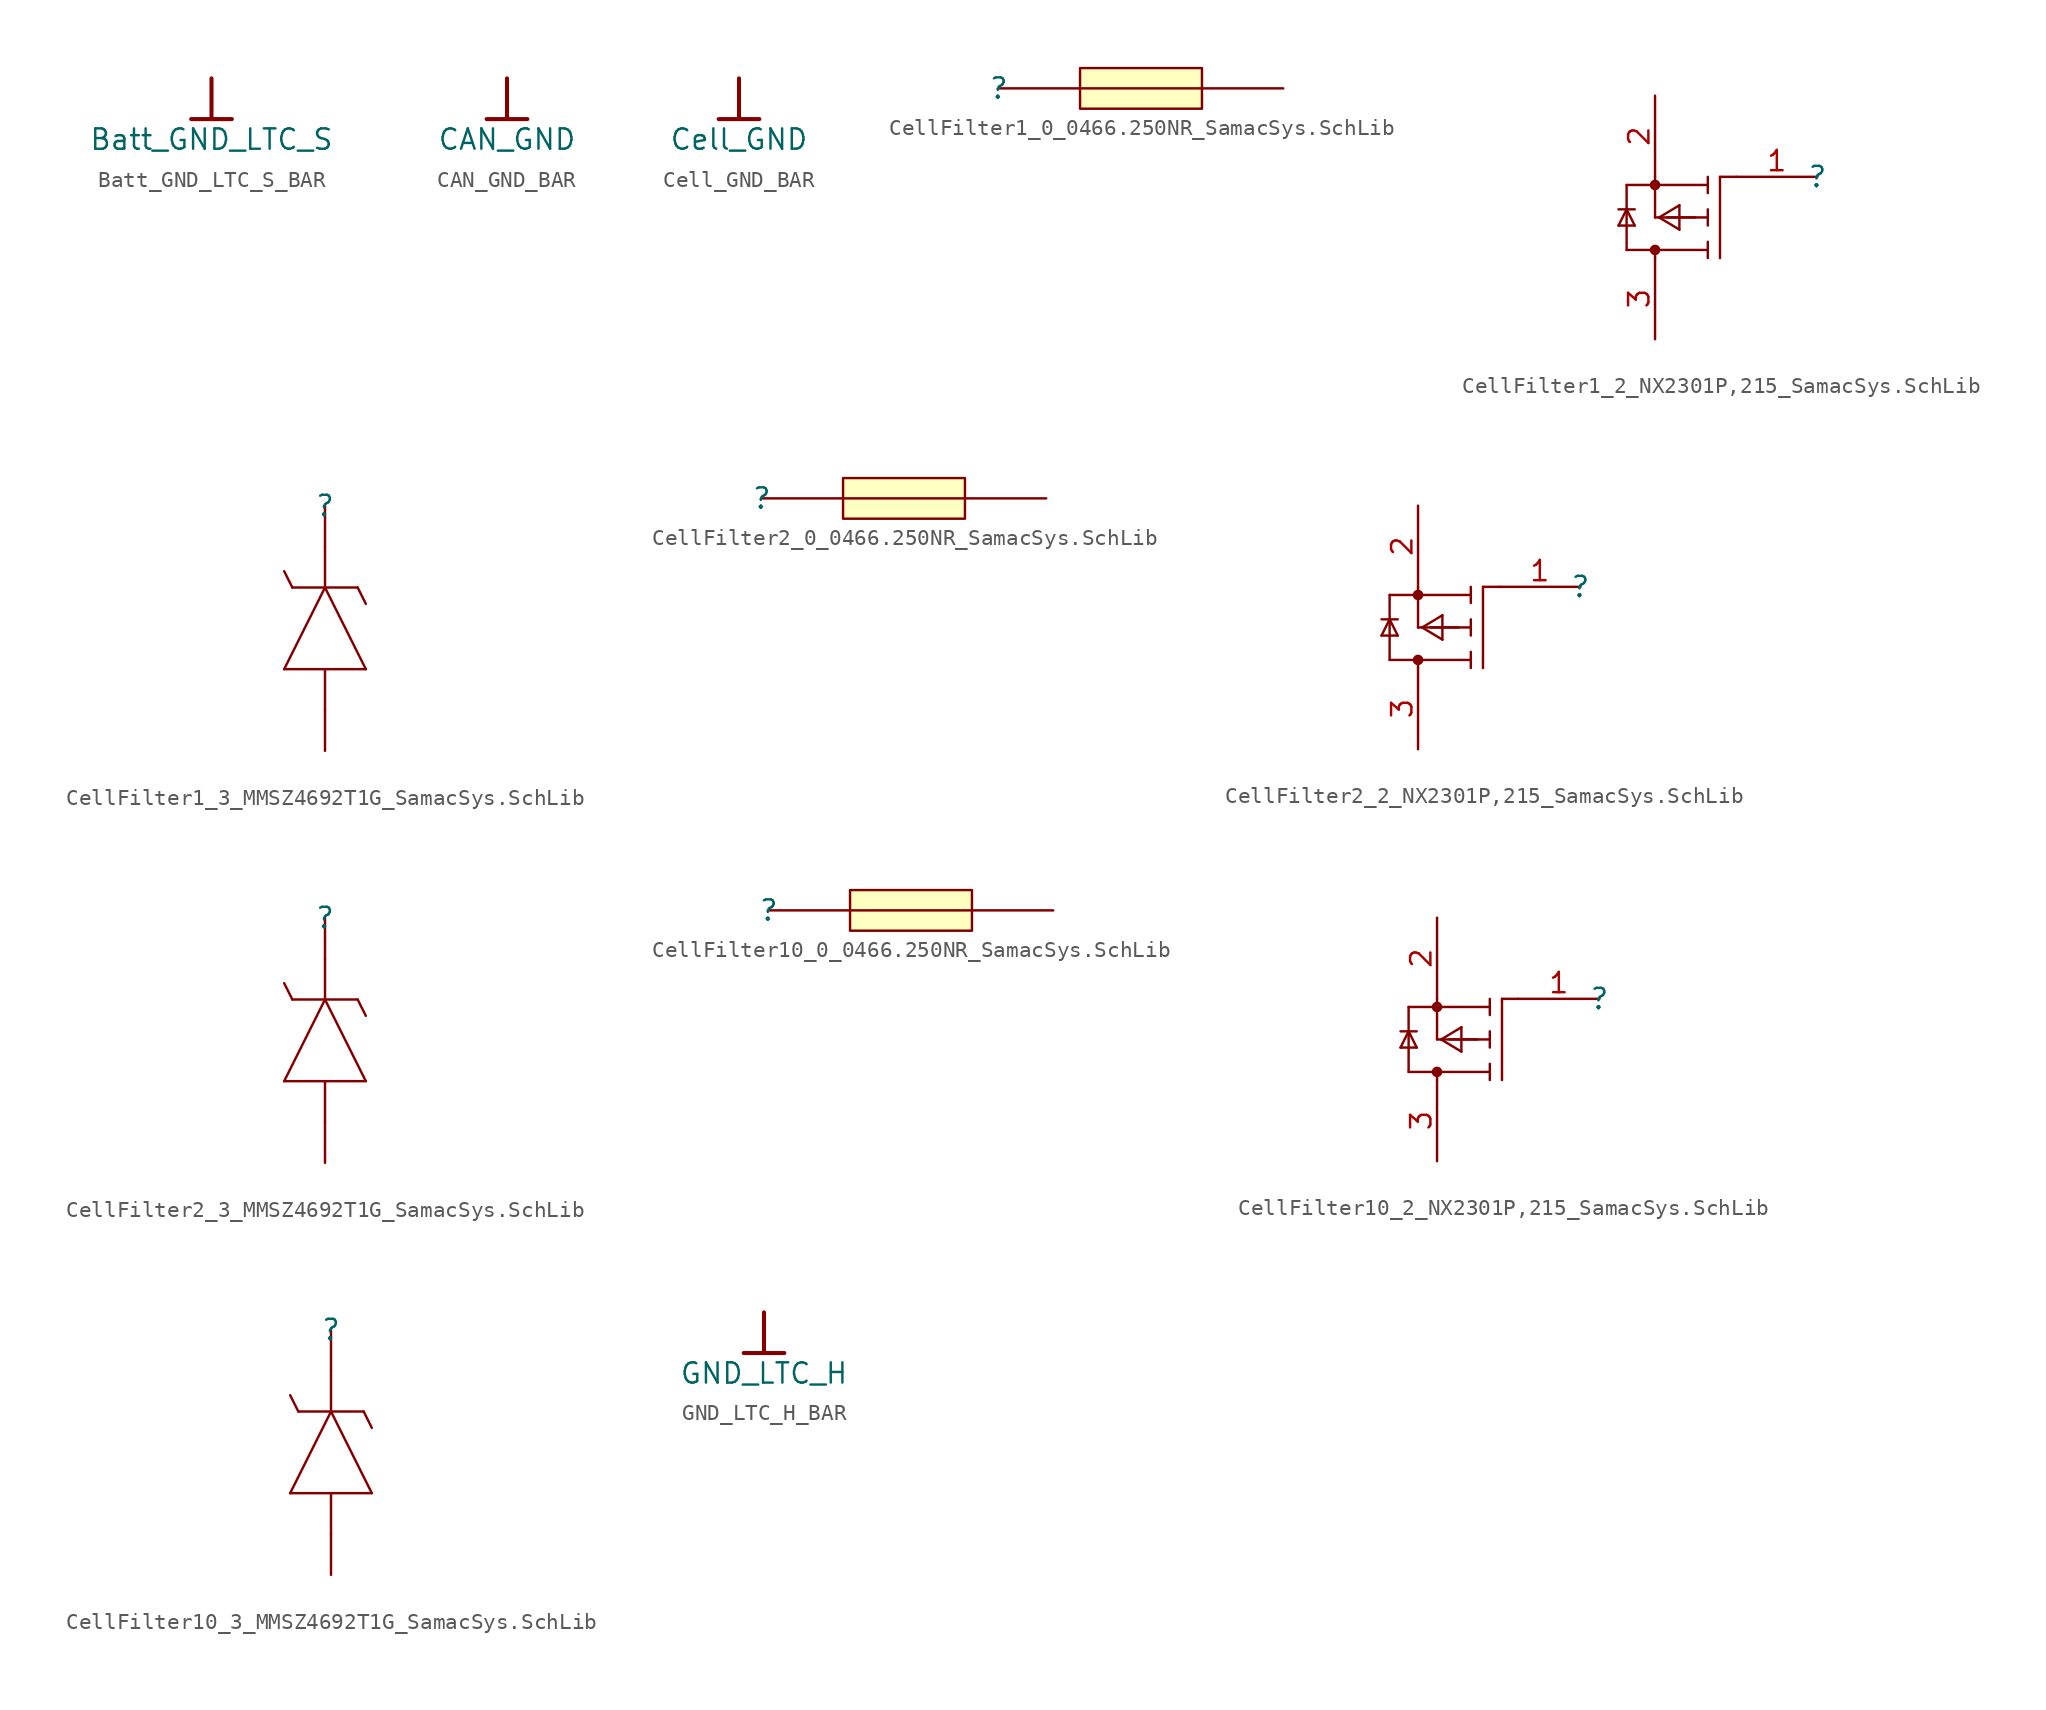
<source format=kicad_sym>
(kicad_symbol_lib
  (version 20241209)
  (generator "kicad_symbol_editor")
  (generator_version "9.0")
  (symbol "Batt_GND_LTC_S_BAR"
    (power)
    (property "Reference" "#PWR"
      (at 0 0 0)
      (effects (font (size 1.27 1.27)) (hide yes)))
    (property "Value" "Batt_GND_LTC_S"
      (at 0 -3.81 0)
      (effects (font (size 1.27 1.27))))
    (symbol "Batt_GND_LTC_S_BAR_0_0"
      (polyline (pts (xy -1.27 -2.54) (xy 1.27 -2.54)) (stroke (width 0.254) (type solid)) (fill (type none)))
      (polyline (pts (xy 0 0) (xy 0 -2.54)) (stroke (width 0.254) (type solid)) (fill (type none)))
      (pin power_in line (at 0 0 0) (length 0) (hide yes) (name "Batt_GND_LTC_S" (effects (font (size 1.27 1.27)))) (number "" (effects (font (size 1.27 1.27)))))))
  (symbol "CAN_GND_BAR"
    (power)
    (property "Reference" "#PWR"
      (at 0 0 0)
      (effects (font (size 1.27 1.27)) (hide yes)))
    (property "Value" "CAN_GND"
      (at 0 -3.81 0)
      (effects (font (size 1.27 1.27))))
    (symbol "CAN_GND_BAR_0_0"
      (polyline (pts (xy -1.27 -2.54) (xy 1.27 -2.54)) (stroke (width 0.254) (type solid)) (fill (type none)))
      (polyline (pts (xy 0 0) (xy 0 -2.54)) (stroke (width 0.254) (type solid)) (fill (type none)))
      (pin power_in line (at 0 0 0) (length 0) (hide yes) (name "CAN_GND" (effects (font (size 1.27 1.27)))) (number "" (effects (font (size 1.27 1.27)))))))
  (symbol "Cell_GND_BAR"
    (power)
    (property "Reference" "#PWR"
      (at 0 0 0)
      (effects (font (size 1.27 1.27)) (hide yes)))
    (property "Value" "Cell_GND"
      (at 0 -3.81 0)
      (effects (font (size 1.27 1.27))))
    (symbol "Cell_GND_BAR_0_0"
      (polyline (pts (xy -1.27 -2.54) (xy 1.27 -2.54)) (stroke (width 0.254) (type solid)) (fill (type none)))
      (polyline (pts (xy 0 0) (xy 0 -2.54)) (stroke (width 0.254) (type solid)) (fill (type none)))
      (pin power_in line (at 0 0 0) (length 0) (hide yes) (name "Cell_GND" (effects (font (size 1.27 1.27)))) (number "" (effects (font (size 1.27 1.27)))))))
  (symbol "CellFilter1_0_0466.250NR_SamacSys.SchLib"
    (pin_numbers
      (hide yes))
    (pin_names
      (hide yes))
    (property "Reference" ""
      (at 0 0 0)
      (effects (font (size 1.27 1.27))))
    (property "Value" ""
      (at 0 0 0)
      (effects (font (size 1.27 1.27))))
    (symbol "CellFilter1_0_0466.250NR_SamacSys.SchLib_1_0"
      (polyline (pts (xy 5.08 0) (xy 12.7 0)) (stroke (width 0) (type solid)) (fill (type none)))
      (rectangle (start 12.7 1.27) (end 5.08 -1.27) (stroke (width 0) (type solid) (color 128 0 0 1)) (fill (type background)))
      (pin passive line (at 0 0 0) (length 5.08) (name "1" (effects (font (size 1.27 1.27)))) (number "1" (effects (font (size 1.27 1.27)))))
      (pin passive line (at 17.78 0 180) (length 5.08) (name "2" (effects (font (size 1.27 1.27)))) (number "2" (effects (font (size 1.27 1.27)))))))
  (symbol "CellFilter1_2_NX2301P,215_SamacSys.SchLib"
    (pin_names
      (hide yes))
    (property "Reference" ""
      (at 0 0 0)
      (effects (font (size 1.27 1.27))))
    (property "Value" ""
      (at 0 0 0)
      (effects (font (size 1.27 1.27))))
    (symbol "CellFilter1_2_NX2301P,215_SamacSys.SchLib_1_0"
      (polyline (pts (xy -12.446 -3.048) (xy -11.43 -3.048)) (stroke (width 0) (type solid)) (fill (type none)))
      (polyline (pts (xy -11.938 -2.032) (xy -12.446 -2.032)) (stroke (width 0) (type solid)) (fill (type none)))
      (polyline (pts (xy -11.938 -2.032) (xy -12.446 -3.048)) (stroke (width 0) (type solid)) (fill (type none)))
      (polyline (pts (xy -11.938 -2.032) (xy -11.43 -2.032)) (stroke (width 0) (type solid)) (fill (type none)))
      (polyline (pts (xy -11.938 -4.572) (xy -11.938 -0.508)) (stroke (width 0) (type solid)) (fill (type none)))
      (polyline (pts (xy -11.938 -4.572) (xy -10.16 -4.572)) (stroke (width 0) (type solid)) (fill (type none)))
      (polyline (pts (xy -11.43 -3.048) (xy -11.938 -2.032)) (stroke (width 0) (type solid)) (fill (type none)))
      (circle (center -10.16 -0.508) (radius 0.254) (stroke (width 0) (type solid)) (fill (type outline)))
      (polyline (pts (xy -10.16 -0.508) (xy -11.938 -0.508)) (stroke (width 0) (type solid)) (fill (type none)))
      (polyline (pts (xy -10.16 -2.54) (xy -10.16 0)) (stroke (width 0) (type solid)) (fill (type none)))
      (polyline (pts (xy -10.16 -2.54) (xy -7.62 -2.54)) (stroke (width 0) (type solid)) (fill (type none)))
      (circle (center -10.16 -4.572) (radius 0.254) (stroke (width 0) (type solid)) (fill (type outline)))
      (polyline (pts (xy -10.16 -4.572) (xy -10.16 -5.08)) (stroke (width 0) (type solid)) (fill (type none)))
      (polyline (pts (xy -9.906 -2.54) (xy -8.636 -1.778)) (stroke (width 0) (type solid)) (fill (type none)))
      (polyline (pts (xy -9.906 -2.54) (xy -8.636 -3.302)) (stroke (width 0) (type solid)) (fill (type none)))
      (polyline (pts (xy -9.398 -2.54) (xy -6.858 -2.54)) (stroke (width 0) (type solid)) (fill (type none)))
      (polyline (pts (xy -8.636 -1.778) (xy -8.636 -3.302)) (stroke (width 0) (type solid)) (fill (type none)))
      (polyline (pts (xy -6.858 -0.508) (xy -10.16 -0.508)) (stroke (width 0) (type solid)) (fill (type none)))
      (polyline (pts (xy -6.858 -1.016) (xy -6.858 0)) (stroke (width 0) (type solid)) (fill (type none)))
      (polyline (pts (xy -6.858 -3.048) (xy -6.858 -2.032)) (stroke (width 0) (type solid)) (fill (type none)))
      (polyline (pts (xy -6.858 -4.064) (xy -6.858 -5.08)) (stroke (width 0) (type solid)) (fill (type none)))
      (polyline (pts (xy -6.858 -4.572) (xy -10.16 -4.572)) (stroke (width 0) (type solid)) (fill (type none)))
      (polyline (pts (xy -6.096 0) (xy -6.096 -5.08)) (stroke (width 0) (type solid)) (fill (type none)))
      (polyline (pts (xy -6.096 0) (xy -5.08 0)) (stroke (width 0) (type solid)) (fill (type none)))
      (pin passive line (at -10.16 5.08 270) (length 5.08) (name "S" (effects (font (size 1.27 1.27)))) (number "2" (effects (font (size 1.27 1.27)))))
      (pin passive line (at -10.16 -10.16 90) (length 5.08) (name "D" (effects (font (size 1.27 1.27)))) (number "3" (effects (font (size 1.27 1.27)))))
      (pin passive line (at 0 0 180) (length 5.08) (name "G" (effects (font (size 1.27 1.27)))) (number "1" (effects (font (size 1.27 1.27)))))))
  (symbol "CellFilter1_3_MMSZ4692T1G_SamacSys.SchLib"
    (pin_numbers
      (hide yes))
    (pin_names
      (hide yes))
    (property "Reference" ""
      (at 0 0 0)
      (effects (font (size 1.27 1.27))))
    (property "Value" ""
      (at 0 0 0)
      (effects (font (size 1.27 1.27))))
    (symbol "CellFilter1_3_MMSZ4692T1G_SamacSys.SchLib_1_0"
      (polyline (pts (xy -2.54 -4.064) (xy -2.032 -5.08)) (stroke (width 0) (type solid)) (fill (type none)))
      (polyline (pts (xy -2.54 -10.16) (xy 0 -5.08)) (stroke (width 0) (type solid)) (fill (type none)))
      (polyline (pts (xy 0 -2.54) (xy 0 -5.08)) (stroke (width 0) (type solid)) (fill (type none)))
      (polyline (pts (xy 0 -5.08) (xy 2.54 -10.16)) (stroke (width 0) (type solid)) (fill (type none)))
      (polyline (pts (xy 0 -12.7) (xy 0 -10.16)) (stroke (width 0) (type solid)) (fill (type none)))
      (polyline (pts (xy 2.032 -5.08) (xy -2.032 -5.08)) (stroke (width 0) (type solid)) (fill (type none)))
      (polyline (pts (xy 2.032 -5.08) (xy 2.54 -6.096)) (stroke (width 0) (type solid)) (fill (type none)))
      (polyline (pts (xy 2.54 -10.16) (xy -2.54 -10.16)) (stroke (width 0) (type solid)) (fill (type none)))
      (pin passive line (at 0 0 270) (length 2.54) (name "K" (effects (font (size 1.27 1.27)))) (number "1" (effects (font (size 1.27 1.27)))))
      (pin passive line (at 0 -15.24 90) (length 2.54) (name "A" (effects (font (size 1.27 1.27)))) (number "2" (effects (font (size 1.27 1.27)))))))
  (symbol "CellFilter2_0_0466.250NR_SamacSys.SchLib"
    (pin_numbers
      (hide yes))
    (pin_names
      (hide yes))
    (property "Reference" ""
      (at 0 0 0)
      (effects (font (size 1.27 1.27))))
    (property "Value" ""
      (at 0 0 0)
      (effects (font (size 1.27 1.27))))
    (symbol "CellFilter2_0_0466.250NR_SamacSys.SchLib_1_0"
      (polyline (pts (xy 5.08 0) (xy 12.7 0)) (stroke (width 0) (type solid)) (fill (type none)))
      (rectangle (start 12.7 1.27) (end 5.08 -1.27) (stroke (width 0) (type solid) (color 128 0 0 1)) (fill (type background)))
      (pin passive line (at 0 0 0) (length 5.08) (name "1" (effects (font (size 1.27 1.27)))) (number "1" (effects (font (size 1.27 1.27)))))
      (pin passive line (at 17.78 0 180) (length 5.08) (name "2" (effects (font (size 1.27 1.27)))) (number "2" (effects (font (size 1.27 1.27)))))))
  (symbol "CellFilter2_2_NX2301P,215_SamacSys.SchLib"
    (pin_names
      (hide yes))
    (property "Reference" ""
      (at 0 0 0)
      (effects (font (size 1.27 1.27))))
    (property "Value" ""
      (at 0 0 0)
      (effects (font (size 1.27 1.27))))
    (symbol "CellFilter2_2_NX2301P,215_SamacSys.SchLib_1_0"
      (polyline (pts (xy -12.446 -3.048) (xy -11.43 -3.048)) (stroke (width 0) (type solid)) (fill (type none)))
      (polyline (pts (xy -11.938 -2.032) (xy -12.446 -2.032)) (stroke (width 0) (type solid)) (fill (type none)))
      (polyline (pts (xy -11.938 -2.032) (xy -12.446 -3.048)) (stroke (width 0) (type solid)) (fill (type none)))
      (polyline (pts (xy -11.938 -2.032) (xy -11.43 -2.032)) (stroke (width 0) (type solid)) (fill (type none)))
      (polyline (pts (xy -11.938 -4.572) (xy -11.938 -0.508)) (stroke (width 0) (type solid)) (fill (type none)))
      (polyline (pts (xy -11.938 -4.572) (xy -10.16 -4.572)) (stroke (width 0) (type solid)) (fill (type none)))
      (polyline (pts (xy -11.43 -3.048) (xy -11.938 -2.032)) (stroke (width 0) (type solid)) (fill (type none)))
      (circle (center -10.16 -0.508) (radius 0.254) (stroke (width 0) (type solid)) (fill (type outline)))
      (polyline (pts (xy -10.16 -0.508) (xy -11.938 -0.508)) (stroke (width 0) (type solid)) (fill (type none)))
      (polyline (pts (xy -10.16 -2.54) (xy -10.16 0)) (stroke (width 0) (type solid)) (fill (type none)))
      (polyline (pts (xy -10.16 -2.54) (xy -7.62 -2.54)) (stroke (width 0) (type solid)) (fill (type none)))
      (circle (center -10.16 -4.572) (radius 0.254) (stroke (width 0) (type solid)) (fill (type outline)))
      (polyline (pts (xy -10.16 -4.572) (xy -10.16 -5.08)) (stroke (width 0) (type solid)) (fill (type none)))
      (polyline (pts (xy -9.906 -2.54) (xy -8.636 -1.778)) (stroke (width 0) (type solid)) (fill (type none)))
      (polyline (pts (xy -9.906 -2.54) (xy -8.636 -3.302)) (stroke (width 0) (type solid)) (fill (type none)))
      (polyline (pts (xy -9.398 -2.54) (xy -6.858 -2.54)) (stroke (width 0) (type solid)) (fill (type none)))
      (polyline (pts (xy -8.636 -1.778) (xy -8.636 -3.302)) (stroke (width 0) (type solid)) (fill (type none)))
      (polyline (pts (xy -6.858 -0.508) (xy -10.16 -0.508)) (stroke (width 0) (type solid)) (fill (type none)))
      (polyline (pts (xy -6.858 -1.016) (xy -6.858 0)) (stroke (width 0) (type solid)) (fill (type none)))
      (polyline (pts (xy -6.858 -3.048) (xy -6.858 -2.032)) (stroke (width 0) (type solid)) (fill (type none)))
      (polyline (pts (xy -6.858 -4.064) (xy -6.858 -5.08)) (stroke (width 0) (type solid)) (fill (type none)))
      (polyline (pts (xy -6.858 -4.572) (xy -10.16 -4.572)) (stroke (width 0) (type solid)) (fill (type none)))
      (polyline (pts (xy -6.096 0) (xy -6.096 -5.08)) (stroke (width 0) (type solid)) (fill (type none)))
      (polyline (pts (xy -6.096 0) (xy -5.08 0)) (stroke (width 0) (type solid)) (fill (type none)))
      (pin passive line (at -10.16 5.08 270) (length 5.08) (name "S" (effects (font (size 1.27 1.27)))) (number "2" (effects (font (size 1.27 1.27)))))
      (pin passive line (at -10.16 -10.16 90) (length 5.08) (name "D" (effects (font (size 1.27 1.27)))) (number "3" (effects (font (size 1.27 1.27)))))
      (pin passive line (at 0 0 180) (length 5.08) (name "G" (effects (font (size 1.27 1.27)))) (number "1" (effects (font (size 1.27 1.27)))))))
  (symbol "CellFilter2_3_MMSZ4692T1G_SamacSys.SchLib"
    (pin_numbers
      (hide yes))
    (pin_names
      (hide yes))
    (property "Reference" ""
      (at 0 0 0)
      (effects (font (size 1.27 1.27))))
    (property "Value" ""
      (at 0 0 0)
      (effects (font (size 1.27 1.27))))
    (symbol "CellFilter2_3_MMSZ4692T1G_SamacSys.SchLib_1_0"
      (polyline (pts (xy -2.54 -4.064) (xy -2.032 -5.08)) (stroke (width 0) (type solid)) (fill (type none)))
      (polyline (pts (xy -2.54 -10.16) (xy 0 -5.08)) (stroke (width 0) (type solid)) (fill (type none)))
      (polyline (pts (xy 0 -2.54) (xy 0 -5.08)) (stroke (width 0) (type solid)) (fill (type none)))
      (polyline (pts (xy 0 -5.08) (xy 2.54 -10.16)) (stroke (width 0) (type solid)) (fill (type none)))
      (polyline (pts (xy 0 -12.7) (xy 0 -10.16)) (stroke (width 0) (type solid)) (fill (type none)))
      (polyline (pts (xy 2.032 -5.08) (xy -2.032 -5.08)) (stroke (width 0) (type solid)) (fill (type none)))
      (polyline (pts (xy 2.032 -5.08) (xy 2.54 -6.096)) (stroke (width 0) (type solid)) (fill (type none)))
      (polyline (pts (xy 2.54 -10.16) (xy -2.54 -10.16)) (stroke (width 0) (type solid)) (fill (type none)))
      (pin passive line (at 0 0 270) (length 2.54) (name "K" (effects (font (size 1.27 1.27)))) (number "1" (effects (font (size 1.27 1.27)))))
      (pin passive line (at 0 -15.24 90) (length 2.54) (name "A" (effects (font (size 1.27 1.27)))) (number "2" (effects (font (size 1.27 1.27)))))))
  (symbol "CellFilter10_0_0466.250NR_SamacSys.SchLib"
    (pin_numbers
      (hide yes))
    (pin_names
      (hide yes))
    (property "Reference" ""
      (at 0 0 0)
      (effects (font (size 1.27 1.27))))
    (property "Value" ""
      (at 0 0 0)
      (effects (font (size 1.27 1.27))))
    (symbol "CellFilter10_0_0466.250NR_SamacSys.SchLib_1_0"
      (polyline (pts (xy 5.08 0) (xy 12.7 0)) (stroke (width 0) (type solid)) (fill (type none)))
      (rectangle (start 12.7 1.27) (end 5.08 -1.27) (stroke (width 0) (type solid) (color 128 0 0 1)) (fill (type background)))
      (pin passive line (at 0 0 0) (length 5.08) (name "1" (effects (font (size 1.27 1.27)))) (number "1" (effects (font (size 1.27 1.27)))))
      (pin passive line (at 17.78 0 180) (length 5.08) (name "2" (effects (font (size 1.27 1.27)))) (number "2" (effects (font (size 1.27 1.27)))))))
  (symbol "CellFilter10_2_NX2301P,215_SamacSys.SchLib"
    (pin_names
      (hide yes))
    (property "Reference" ""
      (at 0 0 0)
      (effects (font (size 1.27 1.27))))
    (property "Value" ""
      (at 0 0 0)
      (effects (font (size 1.27 1.27))))
    (symbol "CellFilter10_2_NX2301P,215_SamacSys.SchLib_1_0"
      (polyline (pts (xy -12.446 -3.048) (xy -11.43 -3.048)) (stroke (width 0) (type solid)) (fill (type none)))
      (polyline (pts (xy -11.938 -2.032) (xy -12.446 -2.032)) (stroke (width 0) (type solid)) (fill (type none)))
      (polyline (pts (xy -11.938 -2.032) (xy -12.446 -3.048)) (stroke (width 0) (type solid)) (fill (type none)))
      (polyline (pts (xy -11.938 -2.032) (xy -11.43 -2.032)) (stroke (width 0) (type solid)) (fill (type none)))
      (polyline (pts (xy -11.938 -4.572) (xy -11.938 -0.508)) (stroke (width 0) (type solid)) (fill (type none)))
      (polyline (pts (xy -11.938 -4.572) (xy -10.16 -4.572)) (stroke (width 0) (type solid)) (fill (type none)))
      (polyline (pts (xy -11.43 -3.048) (xy -11.938 -2.032)) (stroke (width 0) (type solid)) (fill (type none)))
      (circle (center -10.16 -0.508) (radius 0.254) (stroke (width 0) (type solid)) (fill (type outline)))
      (polyline (pts (xy -10.16 -0.508) (xy -11.938 -0.508)) (stroke (width 0) (type solid)) (fill (type none)))
      (polyline (pts (xy -10.16 -2.54) (xy -10.16 0)) (stroke (width 0) (type solid)) (fill (type none)))
      (polyline (pts (xy -10.16 -2.54) (xy -7.62 -2.54)) (stroke (width 0) (type solid)) (fill (type none)))
      (circle (center -10.16 -4.572) (radius 0.254) (stroke (width 0) (type solid)) (fill (type outline)))
      (polyline (pts (xy -10.16 -4.572) (xy -10.16 -5.08)) (stroke (width 0) (type solid)) (fill (type none)))
      (polyline (pts (xy -9.906 -2.54) (xy -8.636 -1.778)) (stroke (width 0) (type solid)) (fill (type none)))
      (polyline (pts (xy -9.906 -2.54) (xy -8.636 -3.302)) (stroke (width 0) (type solid)) (fill (type none)))
      (polyline (pts (xy -9.398 -2.54) (xy -6.858 -2.54)) (stroke (width 0) (type solid)) (fill (type none)))
      (polyline (pts (xy -8.636 -1.778) (xy -8.636 -3.302)) (stroke (width 0) (type solid)) (fill (type none)))
      (polyline (pts (xy -6.858 -0.508) (xy -10.16 -0.508)) (stroke (width 0) (type solid)) (fill (type none)))
      (polyline (pts (xy -6.858 -1.016) (xy -6.858 0)) (stroke (width 0) (type solid)) (fill (type none)))
      (polyline (pts (xy -6.858 -3.048) (xy -6.858 -2.032)) (stroke (width 0) (type solid)) (fill (type none)))
      (polyline (pts (xy -6.858 -4.064) (xy -6.858 -5.08)) (stroke (width 0) (type solid)) (fill (type none)))
      (polyline (pts (xy -6.858 -4.572) (xy -10.16 -4.572)) (stroke (width 0) (type solid)) (fill (type none)))
      (polyline (pts (xy -6.096 0) (xy -6.096 -5.08)) (stroke (width 0) (type solid)) (fill (type none)))
      (polyline (pts (xy -6.096 0) (xy -5.08 0)) (stroke (width 0) (type solid)) (fill (type none)))
      (pin passive line (at -10.16 5.08 270) (length 5.08) (name "S" (effects (font (size 1.27 1.27)))) (number "2" (effects (font (size 1.27 1.27)))))
      (pin passive line (at -10.16 -10.16 90) (length 5.08) (name "D" (effects (font (size 1.27 1.27)))) (number "3" (effects (font (size 1.27 1.27)))))
      (pin passive line (at 0 0 180) (length 5.08) (name "G" (effects (font (size 1.27 1.27)))) (number "1" (effects (font (size 1.27 1.27)))))))
  (symbol "CellFilter10_3_MMSZ4692T1G_SamacSys.SchLib"
    (pin_numbers
      (hide yes))
    (pin_names
      (hide yes))
    (property "Reference" ""
      (at 0 0 0)
      (effects (font (size 1.27 1.27))))
    (property "Value" ""
      (at 0 0 0)
      (effects (font (size 1.27 1.27))))
    (symbol "CellFilter10_3_MMSZ4692T1G_SamacSys.SchLib_1_0"
      (polyline (pts (xy -2.54 -4.064) (xy -2.032 -5.08)) (stroke (width 0) (type solid)) (fill (type none)))
      (polyline (pts (xy -2.54 -10.16) (xy 0 -5.08)) (stroke (width 0) (type solid)) (fill (type none)))
      (polyline (pts (xy 0 -2.54) (xy 0 -5.08)) (stroke (width 0) (type solid)) (fill (type none)))
      (polyline (pts (xy 0 -5.08) (xy 2.54 -10.16)) (stroke (width 0) (type solid)) (fill (type none)))
      (polyline (pts (xy 0 -12.7) (xy 0 -10.16)) (stroke (width 0) (type solid)) (fill (type none)))
      (polyline (pts (xy 2.032 -5.08) (xy -2.032 -5.08)) (stroke (width 0) (type solid)) (fill (type none)))
      (polyline (pts (xy 2.032 -5.08) (xy 2.54 -6.096)) (stroke (width 0) (type solid)) (fill (type none)))
      (polyline (pts (xy 2.54 -10.16) (xy -2.54 -10.16)) (stroke (width 0) (type solid)) (fill (type none)))
      (pin passive line (at 0 0 270) (length 2.54) (name "K" (effects (font (size 1.27 1.27)))) (number "1" (effects (font (size 1.27 1.27)))))
      (pin passive line (at 0 -15.24 90) (length 2.54) (name "A" (effects (font (size 1.27 1.27)))) (number "2" (effects (font (size 1.27 1.27)))))))
  (symbol "GND_LTC_H_BAR"
    (power)
    (property "Reference" "#PWR"
      (at 0 0 0)
      (effects (font (size 1.27 1.27)) (hide yes)))
    (property "Value" "GND_LTC_H"
      (at 0 -3.81 0)
      (effects (font (size 1.27 1.27))))
    (symbol "GND_LTC_H_BAR_0_0"
      (polyline (pts (xy -1.27 -2.54) (xy 1.27 -2.54)) (stroke (width 0.254) (type solid)) (fill (type none)))
      (polyline (pts (xy 0 0) (xy 0 -2.54)) (stroke (width 0.254) (type solid)) (fill (type none)))
      (pin power_in line (at 0 0 0) (length 0) (hide yes) (name "GND_LTC_H" (effects (font (size 1.27 1.27)))) (number "" (effects (font (size 1.27 1.27))))))))
</source>
